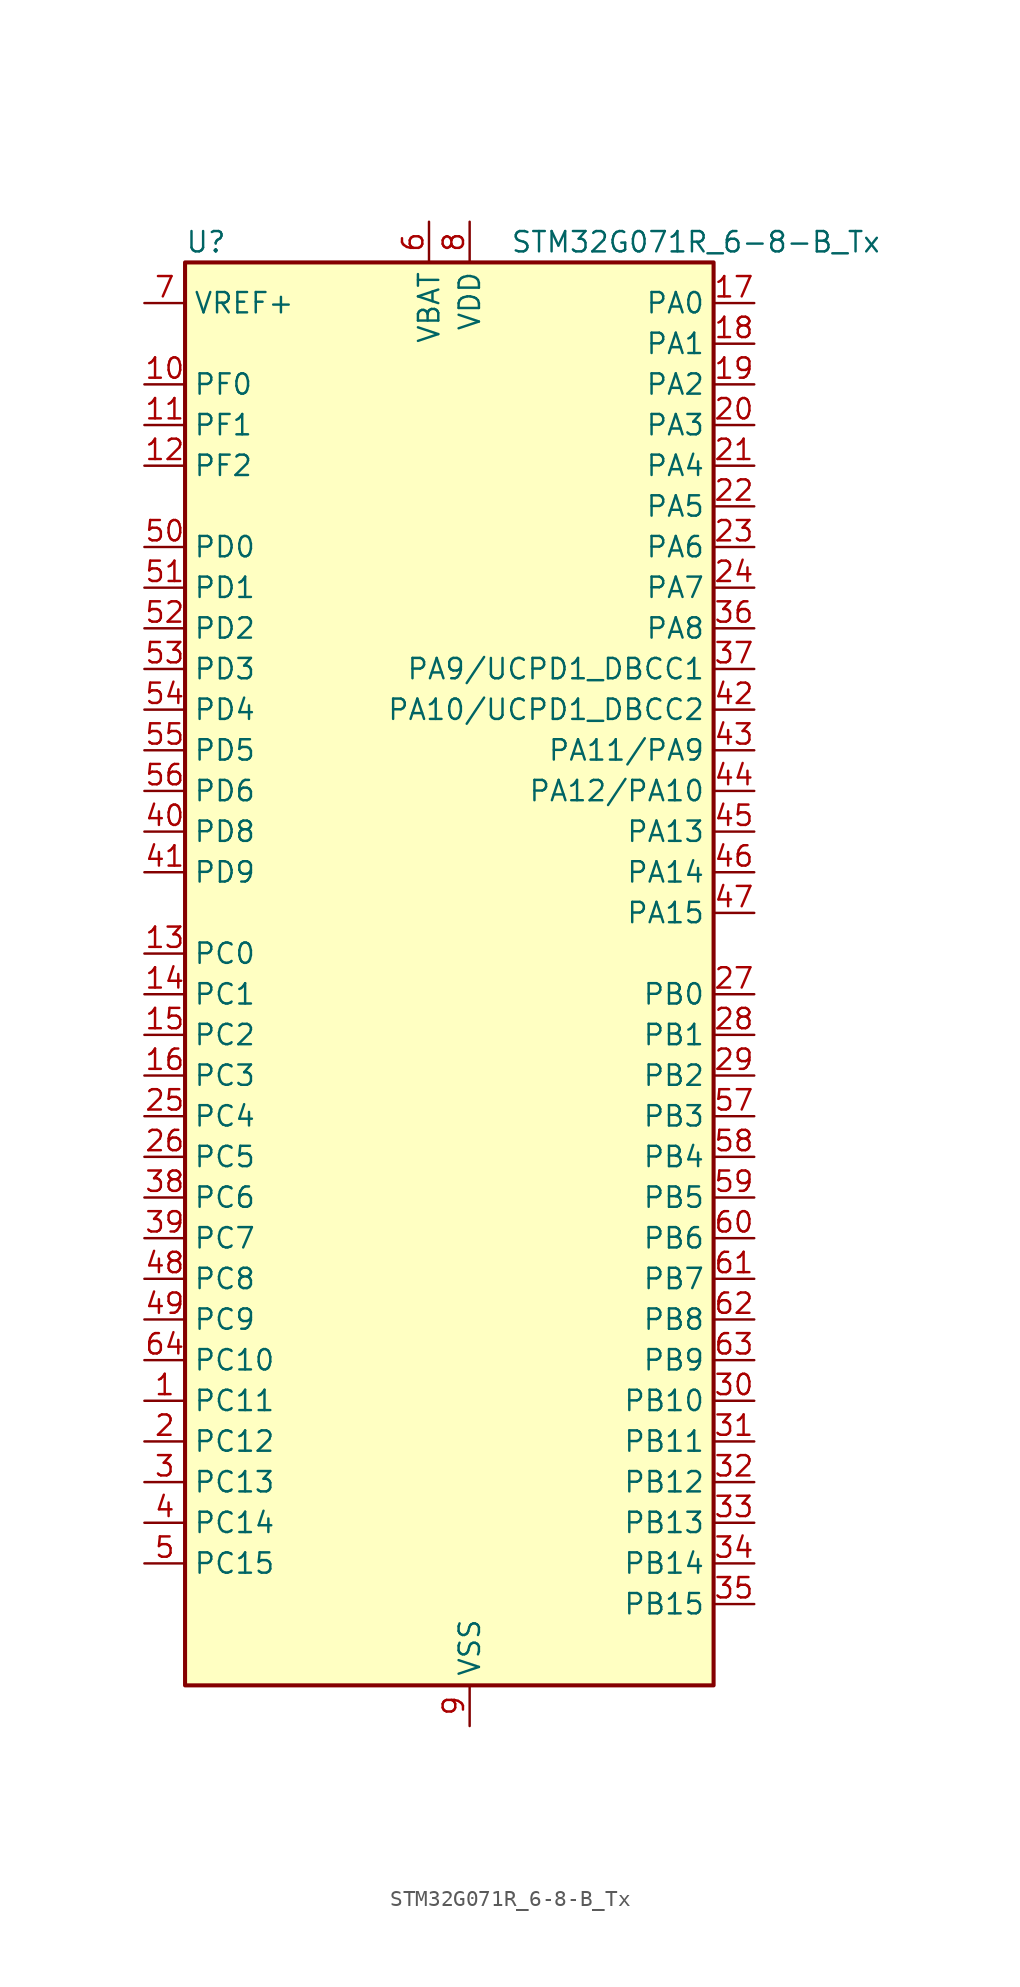
<source format=kicad_sym>
(kicad_symbol_lib
  (version 20231120)
  (generator "kicad_symbol_editor")
  (generator_version "8.0")
  (symbol "STM32G071R_6-8-B_Tx"
    (property "Reference" "U"
      (at -15.24 46.99 0)
      (effects (font (size 1.27 1.27)) (justify left)))
    (property "Value" "STM32G071R_6-8-B_Tx"
      (at 5.08 46.99 0)
      (effects (font (size 1.27 1.27)) (justify left)))
    (property "ki_locked" ""
      (at 0 0 0)
      (effects (font (size 1.27 1.27))))
    (symbol "STM32G071R_6-8-B_Tx_0_1"
      (rectangle (start -15.24 -43.18) (end 17.78 45.72) (stroke (width 0.254) (type default)) (fill (type background))))
    (symbol "STM32G071R_6-8-B_Tx_1_1"
      (pin bidirectional line (at -17.78 -25.4 0) (length 2.54) (name "PC11" (effects (font (size 1.27 1.27)))) (number "1" (effects (font (size 1.27 1.27)))) (alternate "ADC1_EXTI11" bidirectional line) (alternate "TIM1_CH4" bidirectional line) (alternate "USART3_RX" bidirectional line) (alternate "USART4_RX" bidirectional line))
      (pin bidirectional line (at -17.78 38.1 0) (length 2.54) (name "PF0" (effects (font (size 1.27 1.27)))) (number "10" (effects (font (size 1.27 1.27)))) (alternate "RCC_OSC_IN" bidirectional line) (alternate "TIM14_CH1" bidirectional line))
      (pin bidirectional line (at -17.78 35.56 0) (length 2.54) (name "PF1" (effects (font (size 1.27 1.27)))) (number "11" (effects (font (size 1.27 1.27)))) (alternate "RCC_OSC_EN" bidirectional line) (alternate "RCC_OSC_OUT" bidirectional line) (alternate "TIM15_CH1N" bidirectional line))
      (pin bidirectional line (at -17.78 33.02 0) (length 2.54) (name "PF2" (effects (font (size 1.27 1.27)))) (number "12" (effects (font (size 1.27 1.27)))) (alternate "RCC_MCO" bidirectional line))
      (pin bidirectional line (at -17.78 2.54 0) (length 2.54) (name "PC0" (effects (font (size 1.27 1.27)))) (number "13" (effects (font (size 1.27 1.27)))) (alternate "LPTIM1_IN1" bidirectional line) (alternate "LPTIM2_IN1" bidirectional line) (alternate "LPUART1_RX" bidirectional line))
      (pin bidirectional line (at -17.78 0 0) (length 2.54) (name "PC1" (effects (font (size 1.27 1.27)))) (number "14" (effects (font (size 1.27 1.27)))) (alternate "LPTIM1_OUT" bidirectional line) (alternate "LPUART1_TX" bidirectional line) (alternate "TIM15_CH1" bidirectional line))
      (pin bidirectional line (at -17.78 -2.54 0) (length 2.54) (name "PC2" (effects (font (size 1.27 1.27)))) (number "15" (effects (font (size 1.27 1.27)))) (alternate "LPTIM1_IN2" bidirectional line) (alternate "SPI2_MISO" bidirectional line) (alternate "TIM15_CH2" bidirectional line))
      (pin bidirectional line (at -17.78 -5.08 0) (length 2.54) (name "PC3" (effects (font (size 1.27 1.27)))) (number "16" (effects (font (size 1.27 1.27)))) (alternate "LPTIM1_ETR" bidirectional line) (alternate "LPTIM2_ETR" bidirectional line) (alternate "SPI2_MOSI" bidirectional line))
      (pin bidirectional line (at 20.32 43.18 180) (length 2.54) (name "PA0" (effects (font (size 1.27 1.27)))) (number "17" (effects (font (size 1.27 1.27)))) (alternate "ADC1_IN0" bidirectional line) (alternate "COMP1_INM" bidirectional line) (alternate "COMP1_OUT" bidirectional line) (alternate "LPTIM1_OUT" bidirectional line) (alternate "RTC_TAMP_IN2" bidirectional line) (alternate "SPI2_SCK" bidirectional line) (alternate "SYS_WKUP1" bidirectional line) (alternate "TIM2_CH1" bidirectional line) (alternate "TIM2_ETR" bidirectional line) (alternate "UCPD2_FRSTX1" bidirectional line) (alternate "UCPD2_FRSTX2" bidirectional line) (alternate "USART2_CTS" bidirectional line) (alternate "USART2_NSS" bidirectional line) (alternate "USART4_TX" bidirectional line))
      (pin bidirectional line (at 20.32 40.64 180) (length 2.54) (name "PA1" (effects (font (size 1.27 1.27)))) (number "18" (effects (font (size 1.27 1.27)))) (alternate "ADC1_IN1" bidirectional line) (alternate "COMP1_INP" bidirectional line) (alternate "I2C1_SMBA" bidirectional line) (alternate "I2S1_CK" bidirectional line) (alternate "SPI1_SCK" bidirectional line) (alternate "TIM15_CH1N" bidirectional line) (alternate "TIM2_CH2" bidirectional line) (alternate "USART2_CK" bidirectional line) (alternate "USART2_DE" bidirectional line) (alternate "USART2_RTS" bidirectional line) (alternate "USART4_RX" bidirectional line))
      (pin bidirectional line (at 20.32 38.1 180) (length 2.54) (name "PA2" (effects (font (size 1.27 1.27)))) (number "19" (effects (font (size 1.27 1.27)))) (alternate "ADC1_IN2" bidirectional line) (alternate "COMP2_INM" bidirectional line) (alternate "COMP2_OUT" bidirectional line) (alternate "I2S1_SD" bidirectional line) (alternate "LPUART1_TX" bidirectional line) (alternate "RCC_LSCO" bidirectional line) (alternate "SPI1_MOSI" bidirectional line) (alternate "SYS_WKUP4" bidirectional line) (alternate "TIM15_CH1" bidirectional line) (alternate "TIM2_CH3" bidirectional line) (alternate "UCPD1_FRSTX1" bidirectional line) (alternate "UCPD1_FRSTX2" bidirectional line) (alternate "USART2_TX" bidirectional line))
      (pin bidirectional line (at -17.78 -27.94 0) (length 2.54) (name "PC12" (effects (font (size 1.27 1.27)))) (number "2" (effects (font (size 1.27 1.27)))) (alternate "LPTIM1_IN1" bidirectional line) (alternate "TIM14_CH1" bidirectional line) (alternate "UCPD1_FRSTX1" bidirectional line) (alternate "UCPD1_FRSTX2" bidirectional line))
      (pin bidirectional line (at 20.32 35.56 180) (length 2.54) (name "PA3" (effects (font (size 1.27 1.27)))) (number "20" (effects (font (size 1.27 1.27)))) (alternate "ADC1_IN3" bidirectional line) (alternate "COMP2_INP" bidirectional line) (alternate "LPUART1_RX" bidirectional line) (alternate "SPI2_MISO" bidirectional line) (alternate "TIM15_CH2" bidirectional line) (alternate "TIM2_CH4" bidirectional line) (alternate "UCPD2_FRSTX1" bidirectional line) (alternate "UCPD2_FRSTX2" bidirectional line) (alternate "USART2_RX" bidirectional line))
      (pin bidirectional line (at 20.32 33.02 180) (length 2.54) (name "PA4" (effects (font (size 1.27 1.27)))) (number "21" (effects (font (size 1.27 1.27)))) (alternate "ADC1_IN4" bidirectional line) (alternate "DAC1_OUT1" bidirectional line) (alternate "I2S1_WS" bidirectional line) (alternate "LPTIM2_OUT" bidirectional line) (alternate "RTC_OUT_ALARM" bidirectional line) (alternate "RTC_OUT_CALIB" bidirectional line) (alternate "SPI1_NSS" bidirectional line) (alternate "SPI2_MOSI" bidirectional line) (alternate "TIM14_CH1" bidirectional line) (alternate "UCPD2_FRSTX1" bidirectional line) (alternate "UCPD2_FRSTX2" bidirectional line))
      (pin bidirectional line (at 20.32 30.48 180) (length 2.54) (name "PA5" (effects (font (size 1.27 1.27)))) (number "22" (effects (font (size 1.27 1.27)))) (alternate "ADC1_IN5" bidirectional line) (alternate "CEC" bidirectional line) (alternate "DAC1_OUT2" bidirectional line) (alternate "I2S1_CK" bidirectional line) (alternate "LPTIM2_ETR" bidirectional line) (alternate "SPI1_SCK" bidirectional line) (alternate "TIM2_CH1" bidirectional line) (alternate "TIM2_ETR" bidirectional line) (alternate "UCPD1_FRSTX1" bidirectional line) (alternate "UCPD1_FRSTX2" bidirectional line) (alternate "USART3_TX" bidirectional line))
      (pin bidirectional line (at 20.32 27.94 180) (length 2.54) (name "PA6" (effects (font (size 1.27 1.27)))) (number "23" (effects (font (size 1.27 1.27)))) (alternate "ADC1_IN6" bidirectional line) (alternate "COMP1_OUT" bidirectional line) (alternate "I2S1_MCK" bidirectional line) (alternate "LPUART1_CTS" bidirectional line) (alternate "SPI1_MISO" bidirectional line) (alternate "TIM16_CH1" bidirectional line) (alternate "TIM1_BK" bidirectional line) (alternate "TIM3_CH1" bidirectional line) (alternate "USART3_CTS" bidirectional line) (alternate "USART3_NSS" bidirectional line))
      (pin bidirectional line (at 20.32 25.4 180) (length 2.54) (name "PA7" (effects (font (size 1.27 1.27)))) (number "24" (effects (font (size 1.27 1.27)))) (alternate "ADC1_IN7" bidirectional line) (alternate "COMP2_OUT" bidirectional line) (alternate "I2S1_SD" bidirectional line) (alternate "SPI1_MOSI" bidirectional line) (alternate "TIM14_CH1" bidirectional line) (alternate "TIM17_CH1" bidirectional line) (alternate "TIM1_CH1N" bidirectional line) (alternate "TIM3_CH2" bidirectional line) (alternate "UCPD1_FRSTX1" bidirectional line) (alternate "UCPD1_FRSTX2" bidirectional line))
      (pin bidirectional line (at -17.78 -7.62 0) (length 2.54) (name "PC4" (effects (font (size 1.27 1.27)))) (number "25" (effects (font (size 1.27 1.27)))) (alternate "ADC1_IN17" bidirectional line) (alternate "COMP1_INM" bidirectional line) (alternate "TIM2_CH1" bidirectional line) (alternate "TIM2_ETR" bidirectional line) (alternate "USART1_TX" bidirectional line) (alternate "USART3_TX" bidirectional line))
      (pin bidirectional line (at -17.78 -10.16 0) (length 2.54) (name "PC5" (effects (font (size 1.27 1.27)))) (number "26" (effects (font (size 1.27 1.27)))) (alternate "ADC1_IN18" bidirectional line) (alternate "COMP1_INP" bidirectional line) (alternate "SYS_WKUP5" bidirectional line) (alternate "TIM2_CH2" bidirectional line) (alternate "USART1_RX" bidirectional line) (alternate "USART3_RX" bidirectional line))
      (pin bidirectional line (at 20.32 0 180) (length 2.54) (name "PB0" (effects (font (size 1.27 1.27)))) (number "27" (effects (font (size 1.27 1.27)))) (alternate "ADC1_IN8" bidirectional line) (alternate "COMP1_OUT" bidirectional line) (alternate "I2S1_WS" bidirectional line) (alternate "LPTIM1_OUT" bidirectional line) (alternate "SPI1_NSS" bidirectional line) (alternate "TIM1_CH2N" bidirectional line) (alternate "TIM3_CH3" bidirectional line) (alternate "UCPD1_FRSTX1" bidirectional line) (alternate "UCPD1_FRSTX2" bidirectional line) (alternate "USART3_RX" bidirectional line))
      (pin bidirectional line (at 20.32 -2.54 180) (length 2.54) (name "PB1" (effects (font (size 1.27 1.27)))) (number "28" (effects (font (size 1.27 1.27)))) (alternate "ADC1_IN9" bidirectional line) (alternate "COMP1_INM" bidirectional line) (alternate "LPTIM2_IN1" bidirectional line) (alternate "LPUART1_DE" bidirectional line) (alternate "LPUART1_RTS" bidirectional line) (alternate "TIM14_CH1" bidirectional line) (alternate "TIM1_CH3N" bidirectional line) (alternate "TIM3_CH4" bidirectional line) (alternate "USART3_CK" bidirectional line) (alternate "USART3_DE" bidirectional line) (alternate "USART3_RTS" bidirectional line))
      (pin bidirectional line (at 20.32 -5.08 180) (length 2.54) (name "PB2" (effects (font (size 1.27 1.27)))) (number "29" (effects (font (size 1.27 1.27)))) (alternate "ADC1_IN10" bidirectional line) (alternate "COMP1_INP" bidirectional line) (alternate "LPTIM1_OUT" bidirectional line) (alternate "SPI2_MISO" bidirectional line) (alternate "USART3_TX" bidirectional line))
      (pin bidirectional line (at -17.78 -30.48 0) (length 2.54) (name "PC13" (effects (font (size 1.27 1.27)))) (number "3" (effects (font (size 1.27 1.27)))) (alternate "RTC_OUT_ALARM" bidirectional line) (alternate "RTC_OUT_CALIB" bidirectional line) (alternate "RTC_TAMP_IN1" bidirectional line) (alternate "RTC_TS" bidirectional line) (alternate "SYS_WKUP2" bidirectional line) (alternate "TIM1_BK" bidirectional line))
      (pin bidirectional line (at 20.32 -25.4 180) (length 2.54) (name "PB10" (effects (font (size 1.27 1.27)))) (number "30" (effects (font (size 1.27 1.27)))) (alternate "ADC1_IN11" bidirectional line) (alternate "CEC" bidirectional line) (alternate "COMP1_OUT" bidirectional line) (alternate "I2C2_SCL" bidirectional line) (alternate "LPUART1_RX" bidirectional line) (alternate "SPI2_SCK" bidirectional line) (alternate "TIM2_CH3" bidirectional line) (alternate "USART3_TX" bidirectional line))
      (pin bidirectional line (at 20.32 -27.94 180) (length 2.54) (name "PB11" (effects (font (size 1.27 1.27)))) (number "31" (effects (font (size 1.27 1.27)))) (alternate "ADC1_EXTI11" bidirectional line) (alternate "ADC1_IN15" bidirectional line) (alternate "COMP2_OUT" bidirectional line) (alternate "I2C2_SDA" bidirectional line) (alternate "LPUART1_TX" bidirectional line) (alternate "SPI2_MOSI" bidirectional line) (alternate "TIM2_CH4" bidirectional line) (alternate "USART3_RX" bidirectional line))
      (pin bidirectional line (at 20.32 -30.48 180) (length 2.54) (name "PB12" (effects (font (size 1.27 1.27)))) (number "32" (effects (font (size 1.27 1.27)))) (alternate "ADC1_IN16" bidirectional line) (alternate "LPUART1_DE" bidirectional line) (alternate "LPUART1_RTS" bidirectional line) (alternate "SPI2_NSS" bidirectional line) (alternate "TIM15_BK" bidirectional line) (alternate "TIM1_BK" bidirectional line) (alternate "UCPD2_FRSTX1" bidirectional line) (alternate "UCPD2_FRSTX2" bidirectional line))
      (pin bidirectional line (at 20.32 -33.02 180) (length 2.54) (name "PB13" (effects (font (size 1.27 1.27)))) (number "33" (effects (font (size 1.27 1.27)))) (alternate "I2C2_SCL" bidirectional line) (alternate "LPUART1_CTS" bidirectional line) (alternate "SPI2_SCK" bidirectional line) (alternate "TIM15_CH1N" bidirectional line) (alternate "TIM1_CH1N" bidirectional line) (alternate "USART3_CTS" bidirectional line) (alternate "USART3_NSS" bidirectional line))
      (pin bidirectional line (at 20.32 -35.56 180) (length 2.54) (name "PB14" (effects (font (size 1.27 1.27)))) (number "34" (effects (font (size 1.27 1.27)))) (alternate "I2C2_SDA" bidirectional line) (alternate "SPI2_MISO" bidirectional line) (alternate "TIM15_CH1" bidirectional line) (alternate "TIM1_CH2N" bidirectional line) (alternate "UCPD1_FRSTX1" bidirectional line) (alternate "UCPD1_FRSTX2" bidirectional line) (alternate "USART3_CK" bidirectional line) (alternate "USART3_DE" bidirectional line) (alternate "USART3_RTS" bidirectional line))
      (pin bidirectional line (at 20.32 -38.1 180) (length 2.54) (name "PB15" (effects (font (size 1.27 1.27)))) (number "35" (effects (font (size 1.27 1.27)))) (alternate "RTC_REFIN" bidirectional line) (alternate "SPI2_MOSI" bidirectional line) (alternate "TIM15_CH1N" bidirectional line) (alternate "TIM15_CH2" bidirectional line) (alternate "TIM1_CH3N" bidirectional line) (alternate "UCPD1_CC2" bidirectional line))
      (pin bidirectional line (at 20.32 22.86 180) (length 2.54) (name "PA8" (effects (font (size 1.27 1.27)))) (number "36" (effects (font (size 1.27 1.27)))) (alternate "LPTIM2_OUT" bidirectional line) (alternate "RCC_MCO" bidirectional line) (alternate "SPI2_NSS" bidirectional line) (alternate "TIM1_CH1" bidirectional line) (alternate "UCPD1_CC1" bidirectional line))
      (pin bidirectional line (at 20.32 20.32 180) (length 2.54) (name "PA9/UCPD1_DBCC1" (effects (font (size 1.27 1.27)))) (number "37" (effects (font (size 1.27 1.27)))) (alternate "DAC1_EXTI9" bidirectional line) (alternate "I2C1_SCL" bidirectional line) (alternate "RCC_MCO" bidirectional line) (alternate "SPI2_MISO" bidirectional line) (alternate "TIM15_BK" bidirectional line) (alternate "TIM1_CH2" bidirectional line) (alternate "UCPD1_DBCC1" bidirectional line) (alternate "USART1_TX" bidirectional line))
      (pin bidirectional line (at -17.78 -12.7 0) (length 2.54) (name "PC6" (effects (font (size 1.27 1.27)))) (number "38" (effects (font (size 1.27 1.27)))) (alternate "TIM2_CH3" bidirectional line) (alternate "TIM3_CH1" bidirectional line) (alternate "UCPD1_FRSTX1" bidirectional line) (alternate "UCPD1_FRSTX2" bidirectional line))
      (pin bidirectional line (at -17.78 -15.24 0) (length 2.54) (name "PC7" (effects (font (size 1.27 1.27)))) (number "39" (effects (font (size 1.27 1.27)))) (alternate "TIM2_CH4" bidirectional line) (alternate "TIM3_CH2" bidirectional line) (alternate "UCPD2_FRSTX1" bidirectional line) (alternate "UCPD2_FRSTX2" bidirectional line))
      (pin bidirectional line (at -17.78 -33.02 0) (length 2.54) (name "PC14" (effects (font (size 1.27 1.27)))) (number "4" (effects (font (size 1.27 1.27)))) (alternate "RCC_OSC32_IN" bidirectional line) (alternate "TIM1_BK2" bidirectional line))
      (pin bidirectional line (at -17.78 10.16 0) (length 2.54) (name "PD8" (effects (font (size 1.27 1.27)))) (number "40" (effects (font (size 1.27 1.27)))) (alternate "I2S1_CK" bidirectional line) (alternate "LPTIM1_OUT" bidirectional line) (alternate "SPI1_SCK" bidirectional line) (alternate "USART3_TX" bidirectional line))
      (pin bidirectional line (at -17.78 7.62 0) (length 2.54) (name "PD9" (effects (font (size 1.27 1.27)))) (number "41" (effects (font (size 1.27 1.27)))) (alternate "DAC1_EXTI9" bidirectional line) (alternate "I2S1_WS" bidirectional line) (alternate "SPI1_NSS" bidirectional line) (alternate "TIM1_BK2" bidirectional line) (alternate "USART3_RX" bidirectional line))
      (pin bidirectional line (at 20.32 17.78 180) (length 2.54) (name "PA10/UCPD1_DBCC2" (effects (font (size 1.27 1.27)))) (number "42" (effects (font (size 1.27 1.27)))) (alternate "I2C1_SDA" bidirectional line) (alternate "SPI2_MOSI" bidirectional line) (alternate "TIM17_BK" bidirectional line) (alternate "TIM1_CH3" bidirectional line) (alternate "UCPD1_DBCC2" bidirectional line) (alternate "USART1_RX" bidirectional line))
      (pin bidirectional line (at 20.32 15.24 180) (length 2.54) (name "PA11/PA9" (effects (font (size 1.27 1.27)))) (number "43" (effects (font (size 1.27 1.27)))) (alternate "ADC1_EXTI11" bidirectional line) (alternate "COMP1_OUT" bidirectional line) (alternate "I2C2_SCL" bidirectional line) (alternate "I2S1_MCK" bidirectional line) (alternate "SPI1_MISO" bidirectional line) (alternate "TIM1_BK2" bidirectional line) (alternate "TIM1_CH4" bidirectional line) (alternate "USART1_CTS" bidirectional line) (alternate "USART1_NSS" bidirectional line))
      (pin bidirectional line (at 20.32 12.7 180) (length 2.54) (name "PA12/PA10" (effects (font (size 1.27 1.27)))) (number "44" (effects (font (size 1.27 1.27)))) (alternate "COMP2_OUT" bidirectional line) (alternate "I2C2_SDA" bidirectional line) (alternate "I2S1_SD" bidirectional line) (alternate "I2S_CKIN" bidirectional line) (alternate "SPI1_MOSI" bidirectional line) (alternate "TIM1_ETR" bidirectional line) (alternate "USART1_CK" bidirectional line) (alternate "USART1_DE" bidirectional line) (alternate "USART1_RTS" bidirectional line))
      (pin bidirectional line (at 20.32 10.16 180) (length 2.54) (name "PA13" (effects (font (size 1.27 1.27)))) (number "45" (effects (font (size 1.27 1.27)))) (alternate "IR_OUT" bidirectional line) (alternate "SYS_SWDIO" bidirectional line))
      (pin bidirectional line (at 20.32 7.62 180) (length 2.54) (name "PA14" (effects (font (size 1.27 1.27)))) (number "46" (effects (font (size 1.27 1.27)))) (alternate "SYS_SWCLK" bidirectional line) (alternate "USART2_TX" bidirectional line))
      (pin bidirectional line (at 20.32 5.08 180) (length 2.54) (name "PA15" (effects (font (size 1.27 1.27)))) (number "47" (effects (font (size 1.27 1.27)))) (alternate "I2S1_WS" bidirectional line) (alternate "SPI1_NSS" bidirectional line) (alternate "TIM2_CH1" bidirectional line) (alternate "TIM2_ETR" bidirectional line) (alternate "USART2_RX" bidirectional line) (alternate "USART3_CK" bidirectional line) (alternate "USART3_DE" bidirectional line) (alternate "USART3_RTS" bidirectional line) (alternate "USART4_CK" bidirectional line) (alternate "USART4_DE" bidirectional line) (alternate "USART4_RTS" bidirectional line))
      (pin bidirectional line (at -17.78 -17.78 0) (length 2.54) (name "PC8" (effects (font (size 1.27 1.27)))) (number "48" (effects (font (size 1.27 1.27)))) (alternate "TIM1_CH1" bidirectional line) (alternate "TIM3_CH3" bidirectional line) (alternate "UCPD2_FRSTX1" bidirectional line) (alternate "UCPD2_FRSTX2" bidirectional line))
      (pin bidirectional line (at -17.78 -20.32 0) (length 2.54) (name "PC9" (effects (font (size 1.27 1.27)))) (number "49" (effects (font (size 1.27 1.27)))) (alternate "DAC1_EXTI9" bidirectional line) (alternate "I2S_CKIN" bidirectional line) (alternate "TIM1_CH2" bidirectional line) (alternate "TIM3_CH4" bidirectional line))
      (pin bidirectional line (at -17.78 -35.56 0) (length 2.54) (name "PC15" (effects (font (size 1.27 1.27)))) (number "5" (effects (font (size 1.27 1.27)))) (alternate "RCC_OSC32_EN" bidirectional line) (alternate "RCC_OSC32_OUT" bidirectional line) (alternate "RCC_OSC_EN" bidirectional line) (alternate "TIM15_BK" bidirectional line))
      (pin bidirectional line (at -17.78 27.94 0) (length 2.54) (name "PD0" (effects (font (size 1.27 1.27)))) (number "50" (effects (font (size 1.27 1.27)))) (alternate "SPI2_NSS" bidirectional line) (alternate "TIM16_CH1" bidirectional line) (alternate "UCPD2_CC1" bidirectional line))
      (pin bidirectional line (at -17.78 25.4 0) (length 2.54) (name "PD1" (effects (font (size 1.27 1.27)))) (number "51" (effects (font (size 1.27 1.27)))) (alternate "SPI2_SCK" bidirectional line) (alternate "TIM17_CH1" bidirectional line) (alternate "UCPD2_DBCC1" bidirectional line))
      (pin bidirectional line (at -17.78 22.86 0) (length 2.54) (name "PD2" (effects (font (size 1.27 1.27)))) (number "52" (effects (font (size 1.27 1.27)))) (alternate "TIM1_CH1N" bidirectional line) (alternate "TIM3_ETR" bidirectional line) (alternate "UCPD2_CC2" bidirectional line) (alternate "USART3_CK" bidirectional line) (alternate "USART3_DE" bidirectional line) (alternate "USART3_RTS" bidirectional line))
      (pin bidirectional line (at -17.78 20.32 0) (length 2.54) (name "PD3" (effects (font (size 1.27 1.27)))) (number "53" (effects (font (size 1.27 1.27)))) (alternate "SPI2_MISO" bidirectional line) (alternate "TIM1_CH2N" bidirectional line) (alternate "UCPD2_DBCC2" bidirectional line) (alternate "USART2_CTS" bidirectional line) (alternate "USART2_NSS" bidirectional line))
      (pin bidirectional line (at -17.78 17.78 0) (length 2.54) (name "PD4" (effects (font (size 1.27 1.27)))) (number "54" (effects (font (size 1.27 1.27)))) (alternate "SPI2_MOSI" bidirectional line) (alternate "TIM1_CH3N" bidirectional line) (alternate "USART2_CK" bidirectional line) (alternate "USART2_DE" bidirectional line) (alternate "USART2_RTS" bidirectional line))
      (pin bidirectional line (at -17.78 15.24 0) (length 2.54) (name "PD5" (effects (font (size 1.27 1.27)))) (number "55" (effects (font (size 1.27 1.27)))) (alternate "I2S1_MCK" bidirectional line) (alternate "SPI1_MISO" bidirectional line) (alternate "TIM1_BK" bidirectional line) (alternate "USART2_TX" bidirectional line))
      (pin bidirectional line (at -17.78 12.7 0) (length 2.54) (name "PD6" (effects (font (size 1.27 1.27)))) (number "56" (effects (font (size 1.27 1.27)))) (alternate "I2S1_SD" bidirectional line) (alternate "LPTIM2_OUT" bidirectional line) (alternate "SPI1_MOSI" bidirectional line) (alternate "USART2_RX" bidirectional line))
      (pin bidirectional line (at 20.32 -7.62 180) (length 2.54) (name "PB3" (effects (font (size 1.27 1.27)))) (number "57" (effects (font (size 1.27 1.27)))) (alternate "COMP2_INM" bidirectional line) (alternate "I2S1_CK" bidirectional line) (alternate "SPI1_SCK" bidirectional line) (alternate "TIM1_CH2" bidirectional line) (alternate "TIM2_CH2" bidirectional line) (alternate "USART1_CK" bidirectional line) (alternate "USART1_DE" bidirectional line) (alternate "USART1_RTS" bidirectional line))
      (pin bidirectional line (at 20.32 -10.16 180) (length 2.54) (name "PB4" (effects (font (size 1.27 1.27)))) (number "58" (effects (font (size 1.27 1.27)))) (alternate "COMP2_INP" bidirectional line) (alternate "I2S1_MCK" bidirectional line) (alternate "SPI1_MISO" bidirectional line) (alternate "TIM17_BK" bidirectional line) (alternate "TIM3_CH1" bidirectional line) (alternate "USART1_CTS" bidirectional line) (alternate "USART1_NSS" bidirectional line))
      (pin bidirectional line (at 20.32 -12.7 180) (length 2.54) (name "PB5" (effects (font (size 1.27 1.27)))) (number "59" (effects (font (size 1.27 1.27)))) (alternate "COMP2_OUT" bidirectional line) (alternate "I2C1_SMBA" bidirectional line) (alternate "I2S1_SD" bidirectional line) (alternate "LPTIM1_IN1" bidirectional line) (alternate "SPI1_MOSI" bidirectional line) (alternate "SYS_WKUP6" bidirectional line) (alternate "TIM16_BK" bidirectional line) (alternate "TIM3_CH2" bidirectional line))
      (pin power_in line (at 0 48.26 270) (length 2.54) (name "VBAT" (effects (font (size 1.27 1.27)))) (number "6" (effects (font (size 1.27 1.27)))))
      (pin bidirectional line (at 20.32 -15.24 180) (length 2.54) (name "PB6" (effects (font (size 1.27 1.27)))) (number "60" (effects (font (size 1.27 1.27)))) (alternate "COMP2_INP" bidirectional line) (alternate "I2C1_SCL" bidirectional line) (alternate "LPTIM1_ETR" bidirectional line) (alternate "SPI2_MISO" bidirectional line) (alternate "TIM16_CH1N" bidirectional line) (alternate "TIM1_CH3" bidirectional line) (alternate "USART1_TX" bidirectional line))
      (pin bidirectional line (at 20.32 -17.78 180) (length 2.54) (name "PB7" (effects (font (size 1.27 1.27)))) (number "61" (effects (font (size 1.27 1.27)))) (alternate "COMP2_INM" bidirectional line) (alternate "I2C1_SDA" bidirectional line) (alternate "LPTIM1_IN2" bidirectional line) (alternate "SPI2_MOSI" bidirectional line) (alternate "SYS_PVD_IN" bidirectional line) (alternate "TIM17_CH1N" bidirectional line) (alternate "USART1_RX" bidirectional line) (alternate "USART4_CTS" bidirectional line) (alternate "USART4_NSS" bidirectional line))
      (pin bidirectional line (at 20.32 -20.32 180) (length 2.54) (name "PB8" (effects (font (size 1.27 1.27)))) (number "62" (effects (font (size 1.27 1.27)))) (alternate "CEC" bidirectional line) (alternate "I2C1_SCL" bidirectional line) (alternate "SPI2_SCK" bidirectional line) (alternate "TIM15_BK" bidirectional line) (alternate "TIM16_CH1" bidirectional line) (alternate "USART3_TX" bidirectional line))
      (pin bidirectional line (at 20.32 -22.86 180) (length 2.54) (name "PB9" (effects (font (size 1.27 1.27)))) (number "63" (effects (font (size 1.27 1.27)))) (alternate "DAC1_EXTI9" bidirectional line) (alternate "I2C1_SDA" bidirectional line) (alternate "IR_OUT" bidirectional line) (alternate "SPI2_NSS" bidirectional line) (alternate "TIM17_CH1" bidirectional line) (alternate "UCPD2_FRSTX1" bidirectional line) (alternate "UCPD2_FRSTX2" bidirectional line) (alternate "USART3_RX" bidirectional line))
      (pin bidirectional line (at -17.78 -22.86 0) (length 2.54) (name "PC10" (effects (font (size 1.27 1.27)))) (number "64" (effects (font (size 1.27 1.27)))) (alternate "TIM1_CH3" bidirectional line) (alternate "USART3_TX" bidirectional line) (alternate "USART4_TX" bidirectional line))
      (pin input line (at -17.78 43.18 0) (length 2.54) (name "VREF+" (effects (font (size 1.27 1.27)))) (number "7" (effects (font (size 1.27 1.27)))) (alternate "VREFBUF_OUT" bidirectional line))
      (pin power_in line (at 2.54 48.26 270) (length 2.54) (name "VDD" (effects (font (size 1.27 1.27)))) (number "8" (effects (font (size 1.27 1.27)))))
      (pin power_in line (at 2.54 -45.72 90) (length 2.54) (name "VSS" (effects (font (size 1.27 1.27)))) (number "9" (effects (font (size 1.27 1.27))))))))
</source>
